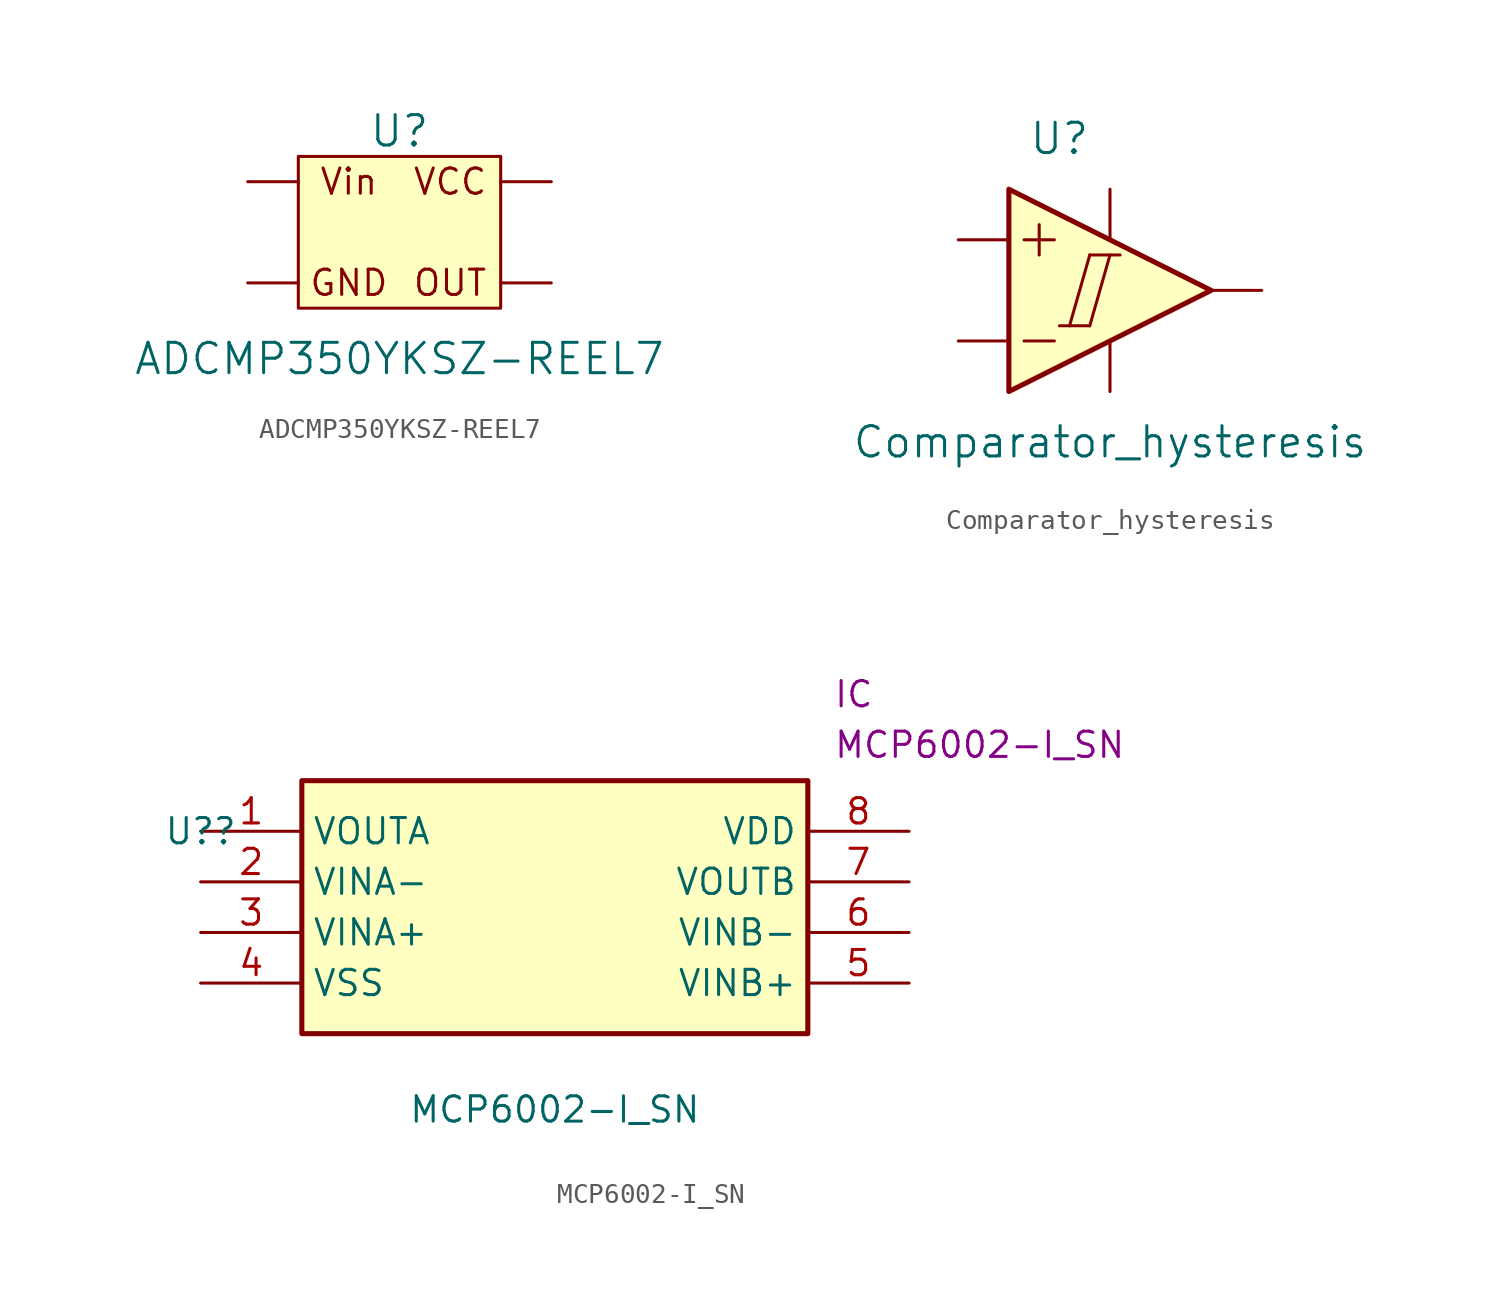
<source format=kicad_sym>
(kicad_symbol_lib
  (version 20211014)
  (generator kicad_symbol_editor)
  (symbol "ADCMP350YKSZ-REEL7"
    (pin_numbers hide)
    (pin_names
      (offset 0) hide)
    (property "Reference" "U"
      (at 0 5.08 0)
      (effects (font (size 1.524 1.524))))
    (property "Value" "ADCMP350YKSZ-REEL7"
      (at 0 -6.35 0)
      (effects (font (size 1.524 1.524))))
    (symbol "ADCMP350YKSZ-REEL7_0_0"
      (rectangle (start -5.08 -3.81) (end 5.08 3.81) (stroke (width 0) (type default) (color 0 0 0 0)) (fill (type background)))
      (text "GND" (at -2.54 -2.54 0) (effects (font (size 1.27 1.27))))
      (text "OUT" (at 2.54 -2.54 0) (effects (font (size 1.27 1.27))))
      (text "VCC" (at 2.54 2.54 0) (effects (font (size 1.27 1.27))))
      (text "Vin" (at -2.54 2.54 0) (effects (font (size 1.27 1.27)))))
    (symbol "ADCMP350YKSZ-REEL7_1_1"
      (pin input line (at -7.62 2.54 0) (length 2.54) (name "Vin" (effects (font (size 1.27 1.27)))) (number "1" (effects (font (size 1.27 1.27)))))
      (pin input line (at -7.62 -2.54 0) (length 2.54) (name "GND" (effects (font (size 1.27 1.27)))) (number "2" (effects (font (size 1.27 1.27)))))
      (pin input line (at 7.62 -2.54 180) (length 2.54) (name "Output" (effects (font (size 1.27 1.27)))) (number "3" (effects (font (size 1.27 1.27)))))
      (pin input line (at 7.62 2.54 180) (length 2.54) (name "Vcc" (effects (font (size 1.27 1.27)))) (number "4" (effects (font (size 1.27 1.27)))))))
  (symbol "Comparator_hysteresis"
    (pin_numbers hide)
    (pin_names
      (offset 0) hide)
    (property "Reference" "U"
      (at -2.54 7.62 0)
      (effects (font (size 1.524 1.524))))
    (property "Value" "Comparator_hysteresis"
      (at 0 -7.62 0)
      (effects (font (size 1.524 1.524))))
    (symbol "Comparator_hysteresis_0_1"
      (polyline (pts (xy -4.318 -2.54) (xy -2.794 -2.54)) (stroke (width 0) (type default) (color 0 0 0 0)) (fill (type none)))
      (polyline (pts (xy -4.318 2.54) (xy -2.794 2.54)) (stroke (width 0) (type default) (color 0 0 0 0)) (fill (type none)))
      (polyline (pts (xy -3.556 3.302) (xy -3.556 1.778)) (stroke (width 0) (type default) (color 0 0 0 0)) (fill (type none)))
      (polyline (pts (xy -2.54 -1.778) (xy -1.016 -1.778)) (stroke (width 0) (type default) (color 0 0 0 0)) (fill (type none)))
      (polyline (pts (xy -1.016 -1.778) (xy 0 1.778)) (stroke (width 0) (type default) (color 0 0 0 0)) (fill (type none)))
      (polyline (pts (xy -1.016 1.778) (xy -2.032 -1.778)) (stroke (width 0) (type default) (color 0 0 0 0)) (fill (type none)))
      (polyline (pts (xy -1.016 1.778) (xy 0.508 1.778)) (stroke (width 0) (type default) (color 0 0 0 0)) (fill (type none)))
      (polyline (pts (xy -5.08 5.08) (xy -5.08 -5.08) (xy 5.08 0) (xy -5.08 5.08)) (stroke (width 0.254) (type default) (color 0 0 0 0)) (fill (type background))))
    (symbol "Comparator_hysteresis_1_1"
      (pin input line (at -7.62 2.54 0) (length 2.54) (name "+Input" (effects (font (size 1.27 1.27)))) (number "~" (effects (font (size 1.27 1.27)))))
      (pin input line (at -7.62 -2.54 0) (length 2.54) (name "-Input" (effects (font (size 1.27 1.27)))) (number "~" (effects (font (size 1.27 1.27)))))
      (pin input line (at 7.62 0 180) (length 2.54) (name "Output" (effects (font (size 1.27 1.27)))) (number "~" (effects (font (size 1.27 1.27)))))
      (pin input line (at 0 5.08 270) (length 2.54) (name "Vs+" (effects (font (size 1.27 1.27)))) (number "~" (effects (font (size 1.27 1.27)))))
      (pin input line (at 0 -5.08 90) (length 2.54) (name "Vs-" (effects (font (size 1.27 1.27)))) (number "~" (effects (font (size 1.27 1.27)))))))
  (symbol "MCP6002-I_SN"
    (property "Reference" "U?"
      (at 0 0 0)
      (effects (font (size 1.27 1.27))))
    (property "Value" "MCP6002-I_SN"
      (at 17.78 -13.97 0)
      (effects (font (size 1.27 1.27))))
    (property "Reference_1" "IC"
      (at 31.75 7.62 0)
      (effects (font (size 1.27 1.27)) (justify left top)))
    (property "Value_1" "MCP6002-I_SN"
      (at 31.75 5.08 0)
      (effects (font (size 1.27 1.27)) (justify left top)))
    (symbol "MCP6002-I_SN_1_1"
      (rectangle (start 5.08 2.54) (end 30.48 -10.16) (stroke (width 0.254) (type default) (color 0 0 0 0)) (fill (type background)))
      (pin passive line (at 0 0 0) (length 5.08) (name "VOUTA" (effects (font (size 1.27 1.27)))) (number "1" (effects (font (size 1.27 1.27)))))
      (pin passive line (at 0 -2.54 0) (length 5.08) (name "VINA-" (effects (font (size 1.27 1.27)))) (number "2" (effects (font (size 1.27 1.27)))))
      (pin passive line (at 0 -5.08 0) (length 5.08) (name "VINA+" (effects (font (size 1.27 1.27)))) (number "3" (effects (font (size 1.27 1.27)))))
      (pin passive line (at 0 -7.62 0) (length 5.08) (name "VSS" (effects (font (size 1.27 1.27)))) (number "4" (effects (font (size 1.27 1.27)))))
      (pin passive line (at 35.56 -7.62 180) (length 5.08) (name "VINB+" (effects (font (size 1.27 1.27)))) (number "5" (effects (font (size 1.27 1.27)))))
      (pin passive line (at 35.56 -5.08 180) (length 5.08) (name "VINB-" (effects (font (size 1.27 1.27)))) (number "6" (effects (font (size 1.27 1.27)))))
      (pin passive line (at 35.56 -2.54 180) (length 5.08) (name "VOUTB" (effects (font (size 1.27 1.27)))) (number "7" (effects (font (size 1.27 1.27)))))
      (pin passive line (at 35.56 0 180) (length 5.08) (name "VDD" (effects (font (size 1.27 1.27)))) (number "8" (effects (font (size 1.27 1.27))))))))
</source>
